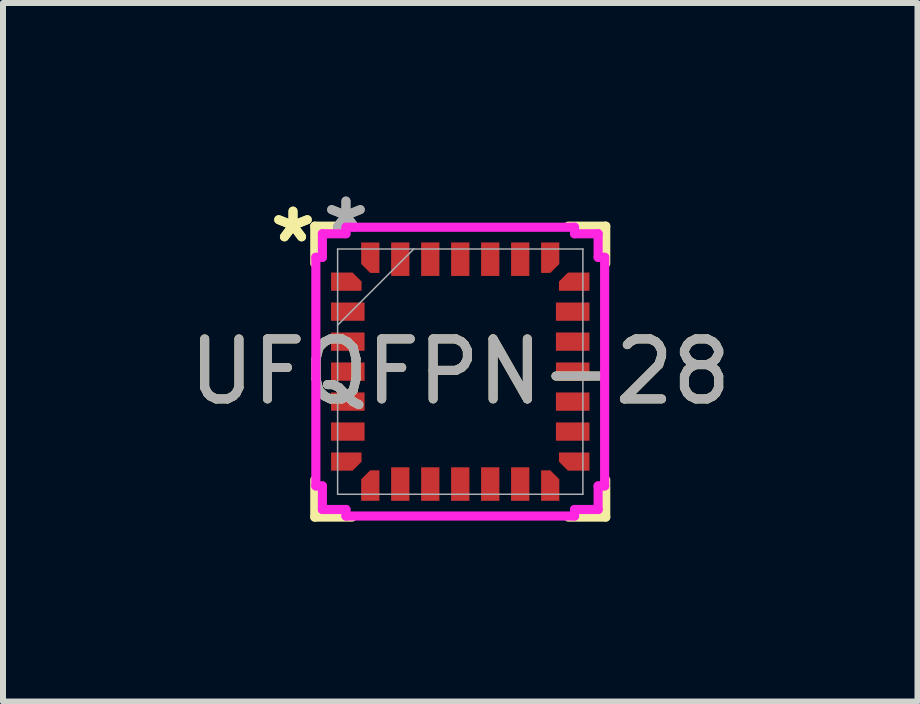
<source format=kicad_pcb>
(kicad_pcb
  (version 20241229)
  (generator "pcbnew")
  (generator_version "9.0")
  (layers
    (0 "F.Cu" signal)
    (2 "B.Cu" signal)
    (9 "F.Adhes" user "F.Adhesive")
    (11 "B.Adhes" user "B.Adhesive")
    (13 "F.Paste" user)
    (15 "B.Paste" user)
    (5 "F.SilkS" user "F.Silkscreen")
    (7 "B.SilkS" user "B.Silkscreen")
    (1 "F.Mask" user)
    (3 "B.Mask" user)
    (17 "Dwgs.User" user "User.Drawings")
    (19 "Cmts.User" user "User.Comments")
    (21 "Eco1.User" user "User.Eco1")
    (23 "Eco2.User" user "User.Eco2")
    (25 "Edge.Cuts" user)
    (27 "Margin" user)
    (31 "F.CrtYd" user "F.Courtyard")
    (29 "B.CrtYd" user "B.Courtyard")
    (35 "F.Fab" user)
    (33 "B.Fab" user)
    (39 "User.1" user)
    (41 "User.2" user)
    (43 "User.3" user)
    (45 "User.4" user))
  (footprint "UFQFPN-28"
    (layer "F.Cu")
    (at 4.625 3.147)
    (property "Reference" "UFQFPN-28" (at 0 0 0) (unlocked yes) (layer "F.SilkS") (effects (font (size 1 1) (thickness 0.15))))
    (attr smd)
    (fp_line (start -2.426 -2.426) (end -2.426 -1.803) (stroke (width 0.152) (type solid)) (layer "F.SilkS"))
    (fp_line (start -2.426 1.803) (end -2.426 2.426) (stroke (width 0.152) (type solid)) (layer "F.SilkS"))
    (fp_line (start -2.426 2.426) (end -1.803 2.426) (stroke (width 0.152) (type solid)) (layer "F.SilkS"))
    (fp_line (start -1.803 -2.426) (end -2.426 -2.426) (stroke (width 0.152) (type solid)) (layer "F.SilkS"))
    (fp_line (start 1.803 2.426) (end 2.426 2.426) (stroke (width 0.152) (type solid)) (layer "F.SilkS"))
    (fp_line (start 2.426 -2.426) (end 1.803 -2.426) (stroke (width 0.152) (type solid)) (layer "F.SilkS"))
    (fp_line (start 2.426 -1.803) (end 2.426 -2.426) (stroke (width 0.152) (type solid)) (layer "F.SilkS"))
    (fp_line (start 2.426 2.426) (end 2.426 1.803) (stroke (width 0.152) (type solid)) (layer "F.SilkS"))
    (fp_line (start -2.408 -1.906) (end -2.299 -1.906) (stroke (width 0.152) (type solid)) (layer "F.CrtYd"))
    (fp_line (start -2.408 1.906) (end -2.408 -1.906) (stroke (width 0.152) (type solid)) (layer "F.CrtYd"))
    (fp_line (start -2.299 -2.299) (end -1.906 -2.299) (stroke (width 0.152) (type solid)) (layer "F.CrtYd"))
    (fp_line (start -2.299 -1.906) (end -2.299 -2.299) (stroke (width 0.152) (type solid)) (layer "F.CrtYd"))
    (fp_line (start -2.299 1.906) (end -2.408 1.906) (stroke (width 0.152) (type solid)) (layer "F.CrtYd"))
    (fp_line (start -2.299 2.299) (end -2.299 1.906) (stroke (width 0.152) (type solid)) (layer "F.CrtYd"))
    (fp_line (start -1.906 -2.408) (end 1.906 -2.408) (stroke (width 0.152) (type solid)) (layer "F.CrtYd"))
    (fp_line (start -1.906 -2.299) (end -1.906 -2.408) (stroke (width 0.152) (type solid)) (layer "F.CrtYd"))
    (fp_line (start -1.906 2.299) (end -2.299 2.299) (stroke (width 0.152) (type solid)) (layer "F.CrtYd"))
    (fp_line (start -1.906 2.408) (end -1.906 2.299) (stroke (width 0.152) (type solid)) (layer "F.CrtYd"))
    (fp_line (start 1.906 -2.408) (end 1.906 -2.299) (stroke (width 0.152) (type solid)) (layer "F.CrtYd"))
    (fp_line (start 1.906 -2.299) (end 2.299 -2.299) (stroke (width 0.152) (type solid)) (layer "F.CrtYd"))
    (fp_line (start 1.906 2.299) (end 1.906 2.408) (stroke (width 0.152) (type solid)) (layer "F.CrtYd"))
    (fp_line (start 1.906 2.408) (end -1.906 2.408) (stroke (width 0.152) (type solid)) (layer "F.CrtYd"))
    (fp_line (start 2.299 -2.299) (end 2.299 -1.906) (stroke (width 0.152) (type solid)) (layer "F.CrtYd"))
    (fp_line (start 2.299 -1.906) (end 2.408 -1.906) (stroke (width 0.152) (type solid)) (layer "F.CrtYd"))
    (fp_line (start 2.299 1.906) (end 2.299 2.299) (stroke (width 0.152) (type solid)) (layer "F.CrtYd"))
    (fp_line (start 2.299 2.299) (end 1.906 2.299) (stroke (width 0.152) (type solid)) (layer "F.CrtYd"))
    (fp_line (start 2.408 -1.906) (end 2.408 1.906) (stroke (width 0.152) (type solid)) (layer "F.CrtYd"))
    (fp_line (start 2.408 1.906) (end 2.299 1.906) (stroke (width 0.152) (type solid)) (layer "F.CrtYd"))
    (fp_line (start -2.045 -2.045) (end -2.045 2.045) (stroke (width 0.025) (type solid)) (layer "F.Fab"))
    (fp_line (start -2.045 -0.775) (end -0.775 -2.045) (stroke (width 0.025) (type solid)) (layer "F.Fab"))
    (fp_line (start -2.045 2.045) (end 2.045 2.045) (stroke (width 0.025) (type solid)) (layer "F.Fab"))
    (fp_line (start 2.045 -2.045) (end -2.045 -2.045) (stroke (width 0.025) (type solid)) (layer "F.Fab"))
    (fp_line (start 2.045 2.045) (end 2.045 -2.045) (stroke (width 0.025) (type solid)) (layer "F.Fab"))
    (fp_text user "*" (at -2.789 -2.131 0) (layer "F.SilkS") (effects (font (size 1 1) (thickness 0.15))))
    (fp_text user "*" (at -2.789 -2.131 0) (unlocked yes) (layer "F.SilkS") (effects (font (size 1 1) (thickness 0.15))))
    (fp_text user "*" (at -1.906 -2.299 0) (layer "F.Fab") (effects (font (size 1 1) (thickness 0.15))))
    (fp_text user "*" (at -1.906 -2.299 0) (unlocked yes) (layer "F.Fab") (effects (font (size 1 1) (thickness 0.15))))
    (fp_text user "${REFERENCE}" (at 0 0 0) (unlocked yes) (layer "F.Fab") (effects (font (size 1 1) (thickness 0.15))))
    (pad "1" smd custom (at -1.9 -1.5 90) (size 0.127 0.127) (layers "F.Cu" "F.Mask" "F.Paste") (options (anchor rect)) (primitives (gr_poly (pts (xy 0.152 -0.254) (xy -0.152 -0.254) (xy -0.152 0.254) (xy 0.002 0.254) (xy 0.152 0.104)) (width 0) (fill yes))))
    (pad "2" smd rect (at -1.875 -1 90) (size 0.305 0.559) (layers "F.Cu" "F.Mask" "F.Paste"))
    (pad "3" smd rect (at -1.875 -0.5 90) (size 0.305 0.559) (layers "F.Cu" "F.Mask" "F.Paste"))
    (pad "4" smd rect (at -1.875 0 90) (size 0.305 0.559) (layers "F.Cu" "F.Mask" "F.Paste"))
    (pad "5" smd rect (at -1.875 0.5 90) (size 0.305 0.559) (layers "F.Cu" "F.Mask" "F.Paste"))
    (pad "6" smd rect (at -1.875 1 90) (size 0.305 0.559) (layers "F.Cu" "F.Mask" "F.Paste"))
    (pad "7" smd custom (at -1.9 1.5 90) (size 0.127 0.127) (layers "F.Cu" "F.Mask" "F.Paste") (options (anchor rect)) (primitives (gr_poly (pts (xy -0.152 -0.254) (xy 0.152 -0.254) (xy 0.152 0.254) (xy -0.002 0.254) (xy -0.152 0.104)) (width 0) (fill yes))))
    (pad "8" smd custom (at -1.5 1.9) (size 0.127 0.127) (layers "F.Cu" "F.Mask" "F.Paste") (options (anchor rect)) (primitives (gr_poly (pts (xy -0.152 0.254) (xy 0.152 0.254) (xy 0.152 -0.254) (xy -0.002 -0.254) (xy -0.152 -0.104)) (width 0) (fill yes))))
    (pad "9" smd rect (at -1 1.875) (size 0.305 0.559) (layers "F.Cu" "F.Mask" "F.Paste"))
    (pad "10" smd rect (at -0.5 1.875) (size 0.305 0.559) (layers "F.Cu" "F.Mask" "F.Paste"))
    (pad "11" smd rect (at 0 1.875) (size 0.305 0.559) (layers "F.Cu" "F.Mask" "F.Paste"))
    (pad "12" smd rect (at 0.5 1.875) (size 0.305 0.559) (layers "F.Cu" "F.Mask" "F.Paste"))
    (pad "13" smd rect (at 1 1.875) (size 0.305 0.559) (layers "F.Cu" "F.Mask" "F.Paste"))
    (pad "14" smd custom (at 1.5 1.9) (size 0.127 0.127) (layers "F.Cu" "F.Mask" "F.Paste") (options (anchor rect)) (primitives (gr_poly (pts (xy 0.152 0.254) (xy -0.152 0.254) (xy -0.152 -0.254) (xy 0.002 -0.254) (xy 0.152 -0.104)) (width 0) (fill yes))))
    (pad "15" smd custom (at 1.9 1.5 90) (size 0.127 0.127) (layers "F.Cu" "F.Mask" "F.Paste") (options (anchor rect)) (primitives (gr_poly (pts (xy -0.152 0.254) (xy 0.152 0.254) (xy 0.152 -0.254) (xy -0.002 -0.254) (xy -0.152 -0.104)) (width 0) (fill yes))))
    (pad "16" smd rect (at 1.875 1 90) (size 0.305 0.559) (layers "F.Cu" "F.Mask" "F.Paste"))
    (pad "17" smd rect (at 1.875 0.5 90) (size 0.305 0.559) (layers "F.Cu" "F.Mask" "F.Paste"))
    (pad "18" smd rect (at 1.875 0 90) (size 0.305 0.559) (layers "F.Cu" "F.Mask" "F.Paste"))
    (pad "19" smd rect (at 1.875 -0.5 90) (size 0.305 0.559) (layers "F.Cu" "F.Mask" "F.Paste"))
    (pad "20" smd rect (at 1.875 -1 90) (size 0.305 0.559) (layers "F.Cu" "F.Mask" "F.Paste"))
    (pad "21" smd custom (at 1.9 -1.5 90) (size 0.127 0.127) (layers "F.Cu" "F.Mask" "F.Paste") (options (anchor rect)) (primitives (gr_poly (pts (xy 0.152 0.254) (xy -0.152 0.254) (xy -0.152 -0.254) (xy 0.002 -0.254) (xy 0.152 -0.104)) (width 0) (fill yes))))
    (pad "22" smd custom (at 1.5 -1.9) (size 0.127 0.127) (layers "F.Cu" "F.Mask" "F.Paste") (options (anchor rect)) (primitives (gr_poly (pts (xy 0.152 -0.254) (xy -0.152 -0.254) (xy -0.152 0.254) (xy 0.002 0.254) (xy 0.152 0.104)) (width 0) (fill yes))))
    (pad "23" smd rect (at 1 -1.875) (size 0.305 0.559) (layers "F.Cu" "F.Mask" "F.Paste"))
    (pad "24" smd rect (at 0.5 -1.875) (size 0.305 0.559) (layers "F.Cu" "F.Mask" "F.Paste"))
    (pad "25" smd rect (at 0 -1.875) (size 0.305 0.559) (layers "F.Cu" "F.Mask" "F.Paste"))
    (pad "26" smd rect (at -0.5 -1.875) (size 0.305 0.559) (layers "F.Cu" "F.Mask" "F.Paste"))
    (pad "27" smd rect (at -1 -1.875) (size 0.305 0.559) (layers "F.Cu" "F.Mask" "F.Paste"))
    (pad "28" smd custom (at -1.5 -1.9) (size 0.127 0.127) (layers "F.Cu" "F.Mask" "F.Paste") (options (anchor rect)) (primitives (gr_poly (pts (xy -0.152 -0.254) (xy 0.152 -0.254) (xy 0.152 0.254) (xy -0.002 0.254) (xy -0.152 0.104)) (width 0) (fill yes)))))
  (gr_rect
    (start -3 -3)
    (end 12.25 8.649)
    (stroke (width 0.1) (type default))
    (fill no)
    (layer "Edge.Cuts")))
</source>
